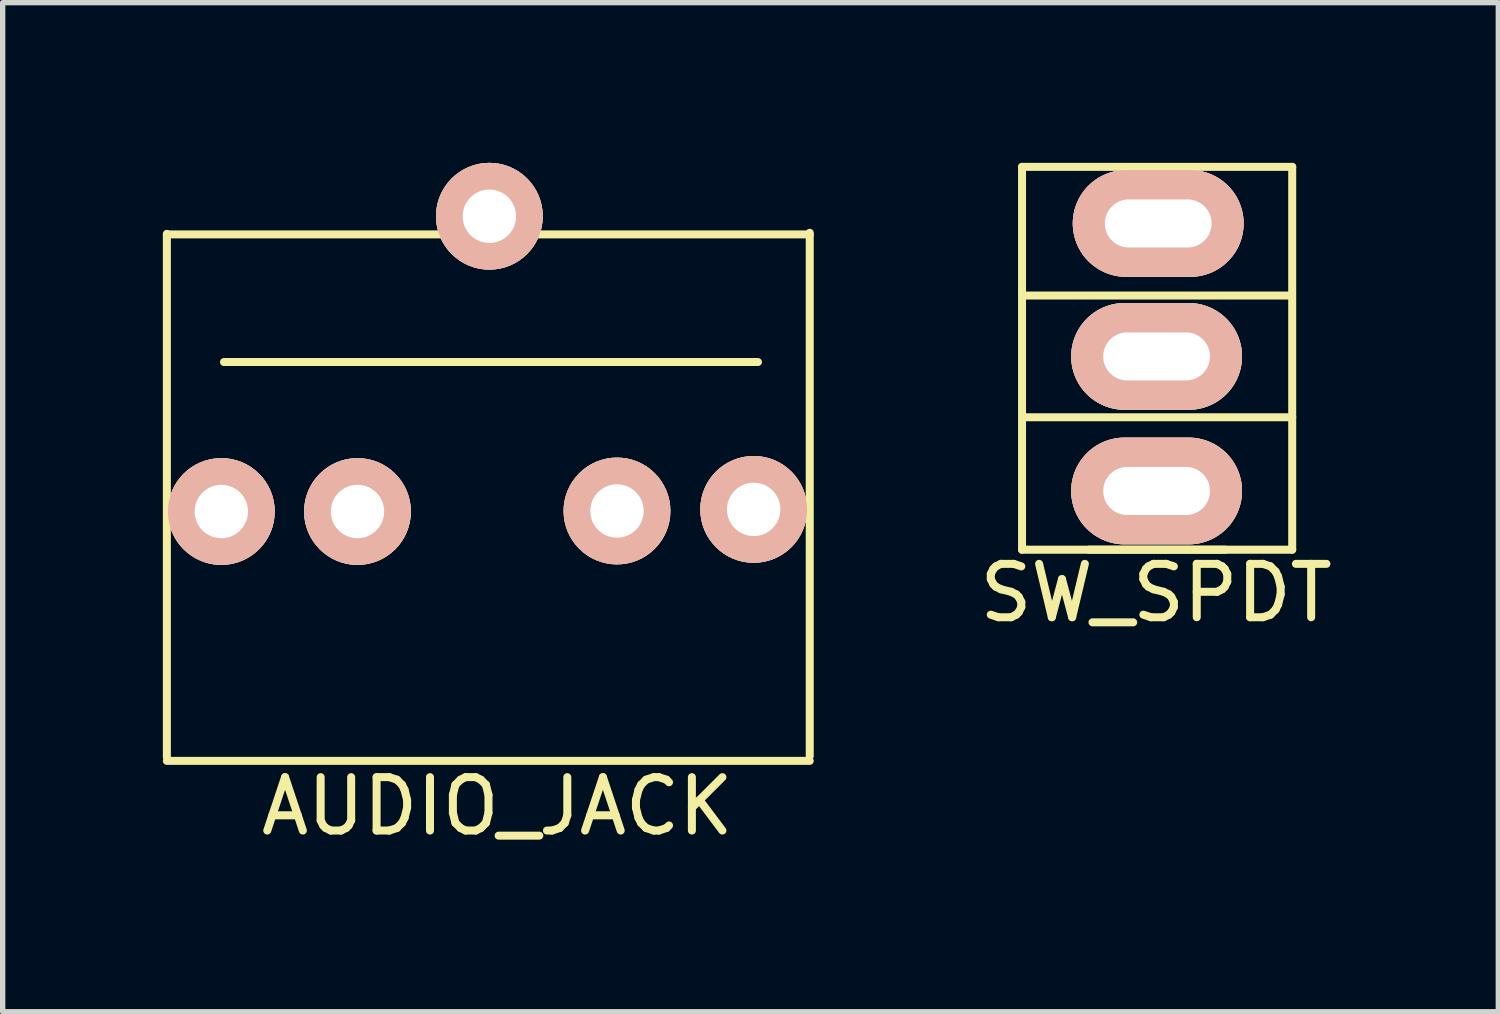
<source format=kicad_pcb>
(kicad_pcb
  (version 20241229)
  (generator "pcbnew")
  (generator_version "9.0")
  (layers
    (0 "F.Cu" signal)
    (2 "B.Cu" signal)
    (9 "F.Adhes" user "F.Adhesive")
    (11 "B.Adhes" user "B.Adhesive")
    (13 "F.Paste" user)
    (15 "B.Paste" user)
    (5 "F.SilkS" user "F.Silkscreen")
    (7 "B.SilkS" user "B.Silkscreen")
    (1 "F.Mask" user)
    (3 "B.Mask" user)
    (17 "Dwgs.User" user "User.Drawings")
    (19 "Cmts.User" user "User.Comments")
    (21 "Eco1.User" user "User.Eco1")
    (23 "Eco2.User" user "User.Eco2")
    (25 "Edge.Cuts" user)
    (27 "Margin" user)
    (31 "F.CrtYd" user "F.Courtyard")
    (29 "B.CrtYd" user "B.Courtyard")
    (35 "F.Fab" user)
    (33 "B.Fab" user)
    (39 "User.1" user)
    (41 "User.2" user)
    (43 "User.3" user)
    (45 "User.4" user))
  (footprint "AUDIO_JACK"
    (layer "F.Cu")
    (at 1.095 6.53)
    (property "Reference" "AUDIO_JACK" (at 5.17 5.52 0) (layer "F.SilkS") (effects (font (size 1 1) (thickness 0.15))))
    (attr through_hole)
    (fp_line (start -1.02 -5.2) (end -1.02 4.6) (stroke (width 0.15) (type solid)) (layer "F.SilkS"))
    (fp_line (start -1.02 4.67) (end 11.02 4.67) (stroke (width 0.15) (type solid)) (layer "F.SilkS"))
    (fp_line (start 0.05 -2.8) (end 10.05 -2.8) (stroke (width 0.15) (type solid)) (layer "F.SilkS"))
    (fp_line (start 11.02 -5.19) (end -1.02 -5.19) (stroke (width 0.15) (type solid)) (layer "F.SilkS"))
    (fp_line (start 11.02 4.58) (end 11.02 -5.22) (stroke (width 0.15) (type solid)) (layer "F.SilkS"))
    (pad "1" thru_hole circle (at 0 0) (size 2 2) (drill 1) (layers "*.SilkS" "*.Mask" "F.Cu"))
    (pad "2" thru_hole circle (at 2.55 0) (size 2 2) (drill 1) (layers "*.SilkS" "*.Mask" "F.Cu"))
    (pad "3" thru_hole circle (at 5.02 -5.53) (size 2 2) (drill 1) (layers "*.SilkS" "*.Mask" "F.Cu"))
    (pad "4" thru_hole circle (at 7.41 -0.01) (size 2 2) (drill 1) (layers "*.SilkS" "*.Mask" "F.Cu"))
    (pad "5" thru_hole circle (at 9.97 -0.04) (size 2 2) (drill 1) (layers "*.SilkS" "*.Mask" "F.Cu")))
  (footprint "SW_SPDT"
    (layer "F.Cu")
    (at 18.611 4.515)
    (property "Reference" "SW_SPDT" (at -0.01 3.54 180) (layer "F.SilkS") (effects (font (size 1 1) (thickness 0.15))))
    (attr through_hole)
    (fp_line (start -2.52 -4.44) (end 2.54 -4.44) (stroke (width 0.15) (type solid)) (layer "F.SilkS"))
    (fp_line (start -2.52 2.73) (end -2.52 -4.44) (stroke (width 0.15) (type solid)) (layer "F.SilkS"))
    (fp_line (start -2.52 2.73) (end 1.29 2.73) (stroke (width 0.15) (type solid)) (layer "F.SilkS"))
    (fp_line (start -2.51 0.25) (end 2.54 0.25) (stroke (width 0.15) (type solid)) (layer "F.SilkS"))
    (fp_line (start 2.5 -2.03) (end -2.52 -2.03) (stroke (width 0.15) (type solid)) (layer "F.SilkS"))
    (fp_line (start 2.54 -4.44) (end 2.54 2.73) (stroke (width 0.15) (type solid)) (layer "F.SilkS"))
    (fp_line (start 2.54 2.73) (end -1.27 2.73) (stroke (width 0.15) (type solid)) (layer "F.SilkS"))
    (pad "1" thru_hole oval (at 0 -0.89) (size 3.2 2) (drill oval 2 0.9) (layers "*.SilkS" "*.Mask" "F.Cu"))
    (pad "2" thru_hole oval (at 0.03 -3.38) (size 3.2 2) (drill oval 2 0.9) (layers "*.SilkS" "*.Mask" "F.Cu"))
    (pad "3" thru_hole oval (at 0 1.63) (size 3.2 2) (drill oval 2 0.9) (layers "*.SilkS" "*.Mask" "F.Cu")))
  (gr_rect
    (start -3 -3)
    (end 25.011 15.898)
    (stroke (width 0.1) (type default))
    (fill no)
    (layer "Edge.Cuts")))
</source>
